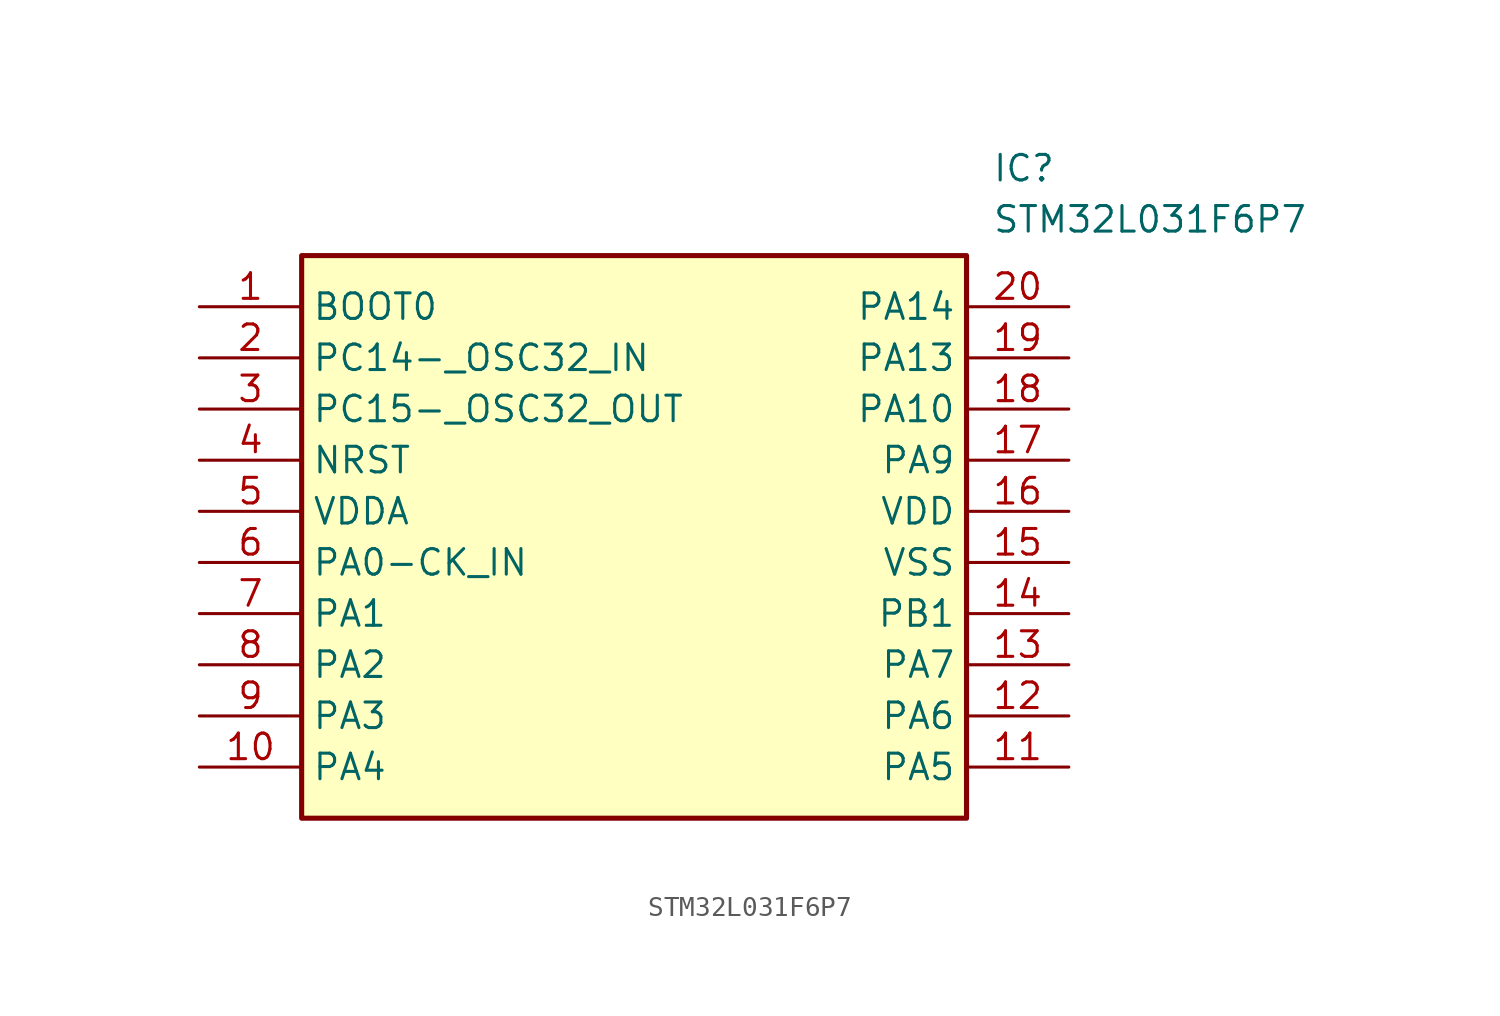
<source format=kicad_sym>
(kicad_symbol_lib
  (version 20211014)
  (generator SamacSys_ECAD_Model)
  (symbol "STM32L031F6P7"
    (property "Reference" "IC"
      (at 39.37 7.62 0)
      (effects (font (size 1.27 1.27)) (justify left top)))
    (property "Value" "STM32L031F6P7"
      (at 39.37 5.08 0)
      (effects (font (size 1.27 1.27)) (justify left top)))
    (rectangle
      (start 5.08 2.54)
      (end 38.1 -25.4)
      (stroke (width 0.254) (type default))
      (fill (type background)))
    (pin passive line
      (at 0 0 0)
      (length 5.08)
      (name "BOOT0" (effects (font (size 1.27 1.27))))
      (number "1" (effects (font (size 1.27 1.27)))))
    (pin passive line
      (at 0 -2.54 0)
      (length 5.08)
      (name "PC14-_OSC32_IN" (effects (font (size 1.27 1.27))))
      (number "2" (effects (font (size 1.27 1.27)))))
    (pin passive line
      (at 0 -5.08 0)
      (length 5.08)
      (name "PC15-_OSC32_OUT" (effects (font (size 1.27 1.27))))
      (number "3" (effects (font (size 1.27 1.27)))))
    (pin passive line
      (at 0 -7.62 0)
      (length 5.08)
      (name "NRST" (effects (font (size 1.27 1.27))))
      (number "4" (effects (font (size 1.27 1.27)))))
    (pin passive line
      (at 0 -10.16 0)
      (length 5.08)
      (name "VDDA" (effects (font (size 1.27 1.27))))
      (number "5" (effects (font (size 1.27 1.27)))))
    (pin passive line
      (at 0 -12.7 0)
      (length 5.08)
      (name "PA0-CK_IN" (effects (font (size 1.27 1.27))))
      (number "6" (effects (font (size 1.27 1.27)))))
    (pin passive line
      (at 0 -15.24 0)
      (length 5.08)
      (name "PA1" (effects (font (size 1.27 1.27))))
      (number "7" (effects (font (size 1.27 1.27)))))
    (pin passive line
      (at 0 -17.78 0)
      (length 5.08)
      (name "PA2" (effects (font (size 1.27 1.27))))
      (number "8" (effects (font (size 1.27 1.27)))))
    (pin passive line
      (at 0 -20.32 0)
      (length 5.08)
      (name "PA3" (effects (font (size 1.27 1.27))))
      (number "9" (effects (font (size 1.27 1.27)))))
    (pin passive line
      (at 0 -22.86 0)
      (length 5.08)
      (name "PA4" (effects (font (size 1.27 1.27))))
      (number "10" (effects (font (size 1.27 1.27)))))
    (pin passive line
      (at 43.18 0 180)
      (length 5.08)
      (name "PA14" (effects (font (size 1.27 1.27))))
      (number "20" (effects (font (size 1.27 1.27)))))
    (pin passive line
      (at 43.18 -2.54 180)
      (length 5.08)
      (name "PA13" (effects (font (size 1.27 1.27))))
      (number "19" (effects (font (size 1.27 1.27)))))
    (pin passive line
      (at 43.18 -5.08 180)
      (length 5.08)
      (name "PA10" (effects (font (size 1.27 1.27))))
      (number "18" (effects (font (size 1.27 1.27)))))
    (pin passive line
      (at 43.18 -7.62 180)
      (length 5.08)
      (name "PA9" (effects (font (size 1.27 1.27))))
      (number "17" (effects (font (size 1.27 1.27)))))
    (pin passive line
      (at 43.18 -10.16 180)
      (length 5.08)
      (name "VDD" (effects (font (size 1.27 1.27))))
      (number "16" (effects (font (size 1.27 1.27)))))
    (pin passive line
      (at 43.18 -12.7 180)
      (length 5.08)
      (name "VSS" (effects (font (size 1.27 1.27))))
      (number "15" (effects (font (size 1.27 1.27)))))
    (pin passive line
      (at 43.18 -15.24 180)
      (length 5.08)
      (name "PB1" (effects (font (size 1.27 1.27))))
      (number "14" (effects (font (size 1.27 1.27)))))
    (pin passive line
      (at 43.18 -17.78 180)
      (length 5.08)
      (name "PA7" (effects (font (size 1.27 1.27))))
      (number "13" (effects (font (size 1.27 1.27)))))
    (pin passive line
      (at 43.18 -20.32 180)
      (length 5.08)
      (name "PA6" (effects (font (size 1.27 1.27))))
      (number "12" (effects (font (size 1.27 1.27)))))
    (pin passive line
      (at 43.18 -22.86 180)
      (length 5.08)
      (name "PA5" (effects (font (size 1.27 1.27))))
      (number "11" (effects (font (size 1.27 1.27)))))))
</source>
